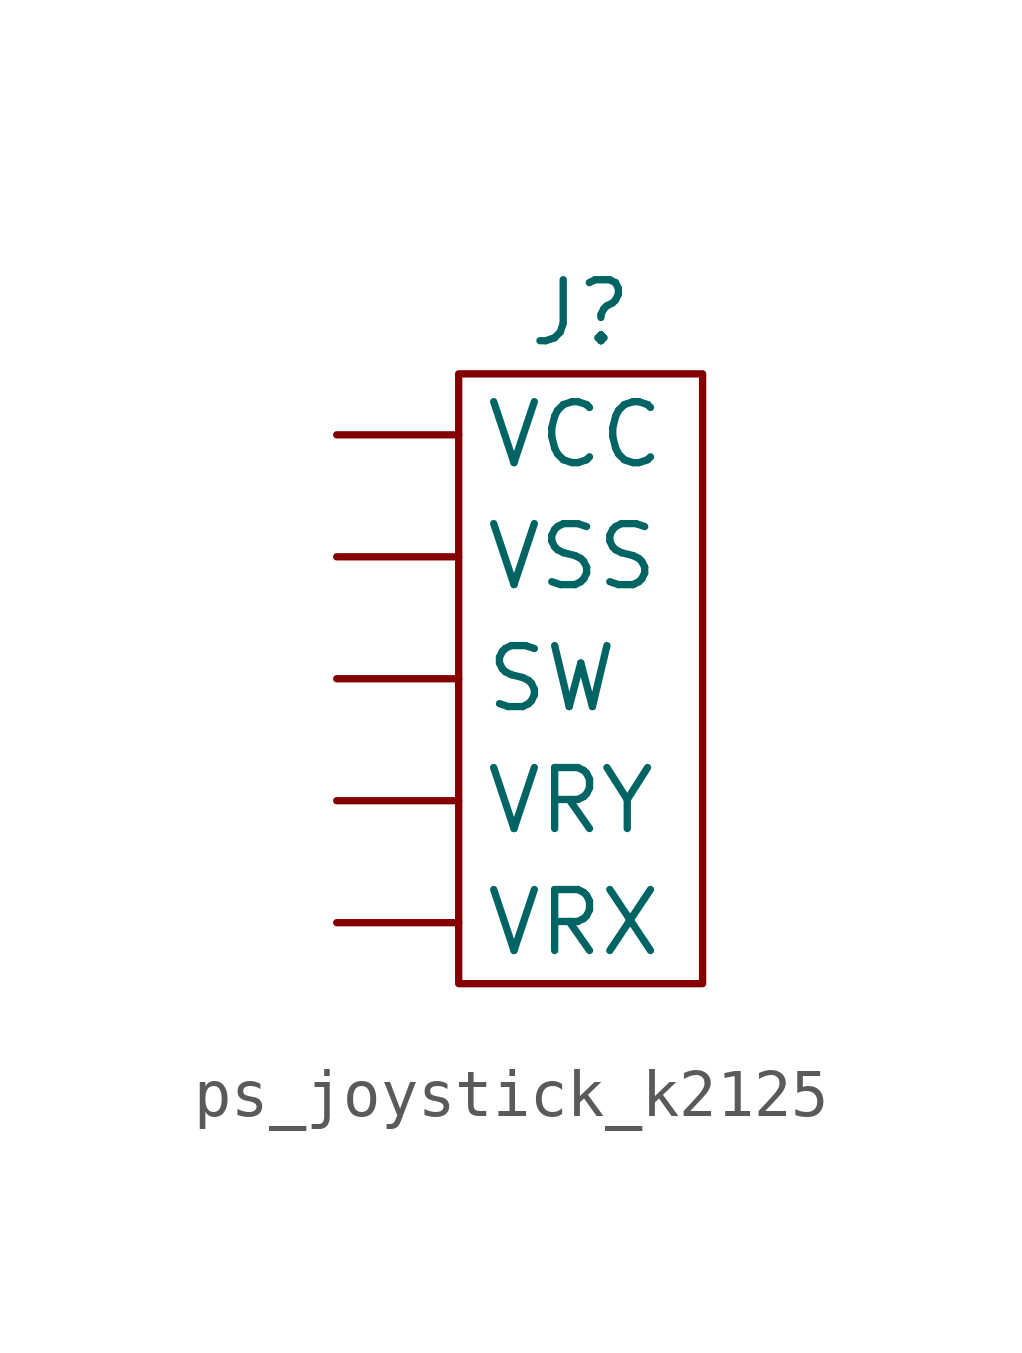
<source format=kicad_sym>
(kicad_symbol_lib
  (version 20220914)
  (generator kicad_symbol_editor)
  (symbol "ps_joystick_k2125"
    (property "Reference" "J"
      (at 0 0 0)
      (effects (font (size 1.27 1.27))))
    (property "Value" ""
      (at 0 0 0)
      (effects (font (size 1.27 1.27))))
    (symbol "ps_joystick_k2125_0_1"
      (rectangle (start -2.54 -1.27) (end 2.54 -13.97) (stroke (width 0) (type default)) (fill (type none))))
    (symbol "ps_joystick_k2125_1_1"
      (pin output line (at -5.08 -7.62 0) (length 2.54) (name "SW" (effects (font (size 1.27 1.27)))) (number "" (effects (font (size 1.27 1.27)))))
      (pin power_in line (at -5.08 -2.54 0) (length 2.54) (name "VCC" (effects (font (size 1.27 1.27)))) (number "" (effects (font (size 1.27 1.27)))))
      (pin output line (at -5.08 -12.7 0) (length 2.54) (name "VRX" (effects (font (size 1.27 1.27)))) (number "" (effects (font (size 1.27 1.27)))))
      (pin output line (at -5.08 -10.16 0) (length 2.54) (name "VRY" (effects (font (size 1.27 1.27)))) (number "" (effects (font (size 1.27 1.27)))))
      (pin power_in line (at -5.08 -5.08 0) (length 2.54) (name "VSS" (effects (font (size 1.27 1.27)))) (number "" (effects (font (size 1.27 1.27))))))))
</source>
